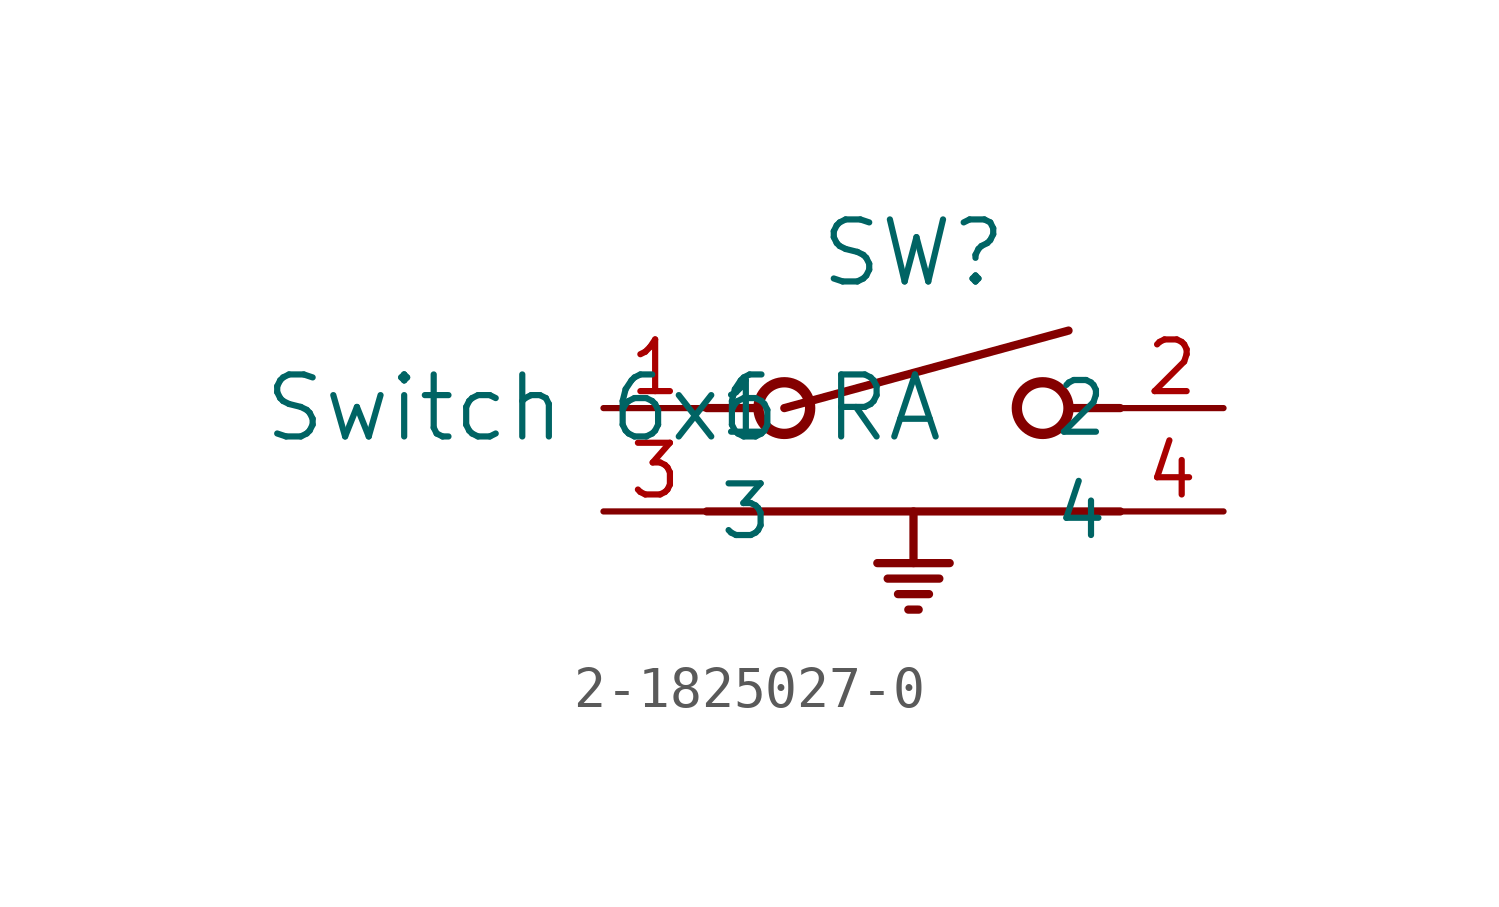
<source format=kicad_sym>
(kicad_symbol_lib
  (version 20211014)
  (generator kicad_symbol_editor)
  (symbol "2-1825027-0"
    (pin_names
      (offset 0.254))
    (property "Reference" "SW"
      (at 7.62 3.81 0)
      (effects (font (size 1.524 1.524))))
    (property "Value" "Switch 6x6 RA"
      (at 0 0 0)
      (effects (font (size 1.524 1.524))))
    (symbol "2-1825027-0_0_1"
      (polyline (pts (xy 2.54 0) (xy 3.81 0)) (stroke (width 0.203) (type default) (color 0 0 0 0)) (fill (type none)))
      (circle (center 10.795 0) (radius 0.635) (stroke (width 0.254) (type default) (color 0 0 0 0)) (fill (type none)))
      (circle (center 4.445 0) (radius 0.635) (stroke (width 0.254) (type default) (color 0 0 0 0)) (fill (type none)))
      (polyline (pts (xy 12.7 0) (xy 11.43 0)) (stroke (width 0.203) (type default) (color 0 0 0 0)) (fill (type none)))
      (polyline (pts (xy 4.445 0) (xy 11.43 1.905)) (stroke (width 0.203) (type default) (color 0 0 0 0)) (fill (type none)))
      (polyline (pts (xy 2.54 -2.54) (xy 12.7 -2.54)) (stroke (width 0.203) (type default) (color 0 0 0 0)) (fill (type none)))
      (polyline (pts (xy 7.62 -2.54) (xy 7.62 -3.81)) (stroke (width 0.203) (type default) (color 0 0 0 0)) (fill (type none)))
      (polyline (pts (xy 6.731 -3.81) (xy 8.509 -3.81)) (stroke (width 0.203) (type default) (color 0 0 0 0)) (fill (type none)))
      (polyline (pts (xy 6.985 -4.191) (xy 8.255 -4.191)) (stroke (width 0.203) (type default) (color 0 0 0 0)) (fill (type none)))
      (polyline (pts (xy 7.239 -4.572) (xy 8.001 -4.572)) (stroke (width 0.203) (type default) (color 0 0 0 0)) (fill (type none)))
      (polyline (pts (xy 7.493 -4.953) (xy 7.747 -4.953)) (stroke (width 0.203) (type default) (color 0 0 0 0)) (fill (type none)))
      (pin unspecified line (at 0 0 0) (length 2.54) (name "1" (effects (font (size 1.27 1.27)))) (number "1" (effects (font (size 1.27 1.27)))))
      (pin unspecified line (at 15.24 0 180) (length 2.54) (name "2" (effects (font (size 1.27 1.27)))) (number "2" (effects (font (size 1.27 1.27)))))
      (pin unspecified line (at 0 -2.54 0) (length 2.54) (name "3" (effects (font (size 1.27 1.27)))) (number "3" (effects (font (size 1.27 1.27)))))
      (pin unspecified line (at 15.24 -2.54 180) (length 2.54) (name "4" (effects (font (size 1.27 1.27)))) (number "4" (effects (font (size 1.27 1.27))))))))
</source>
